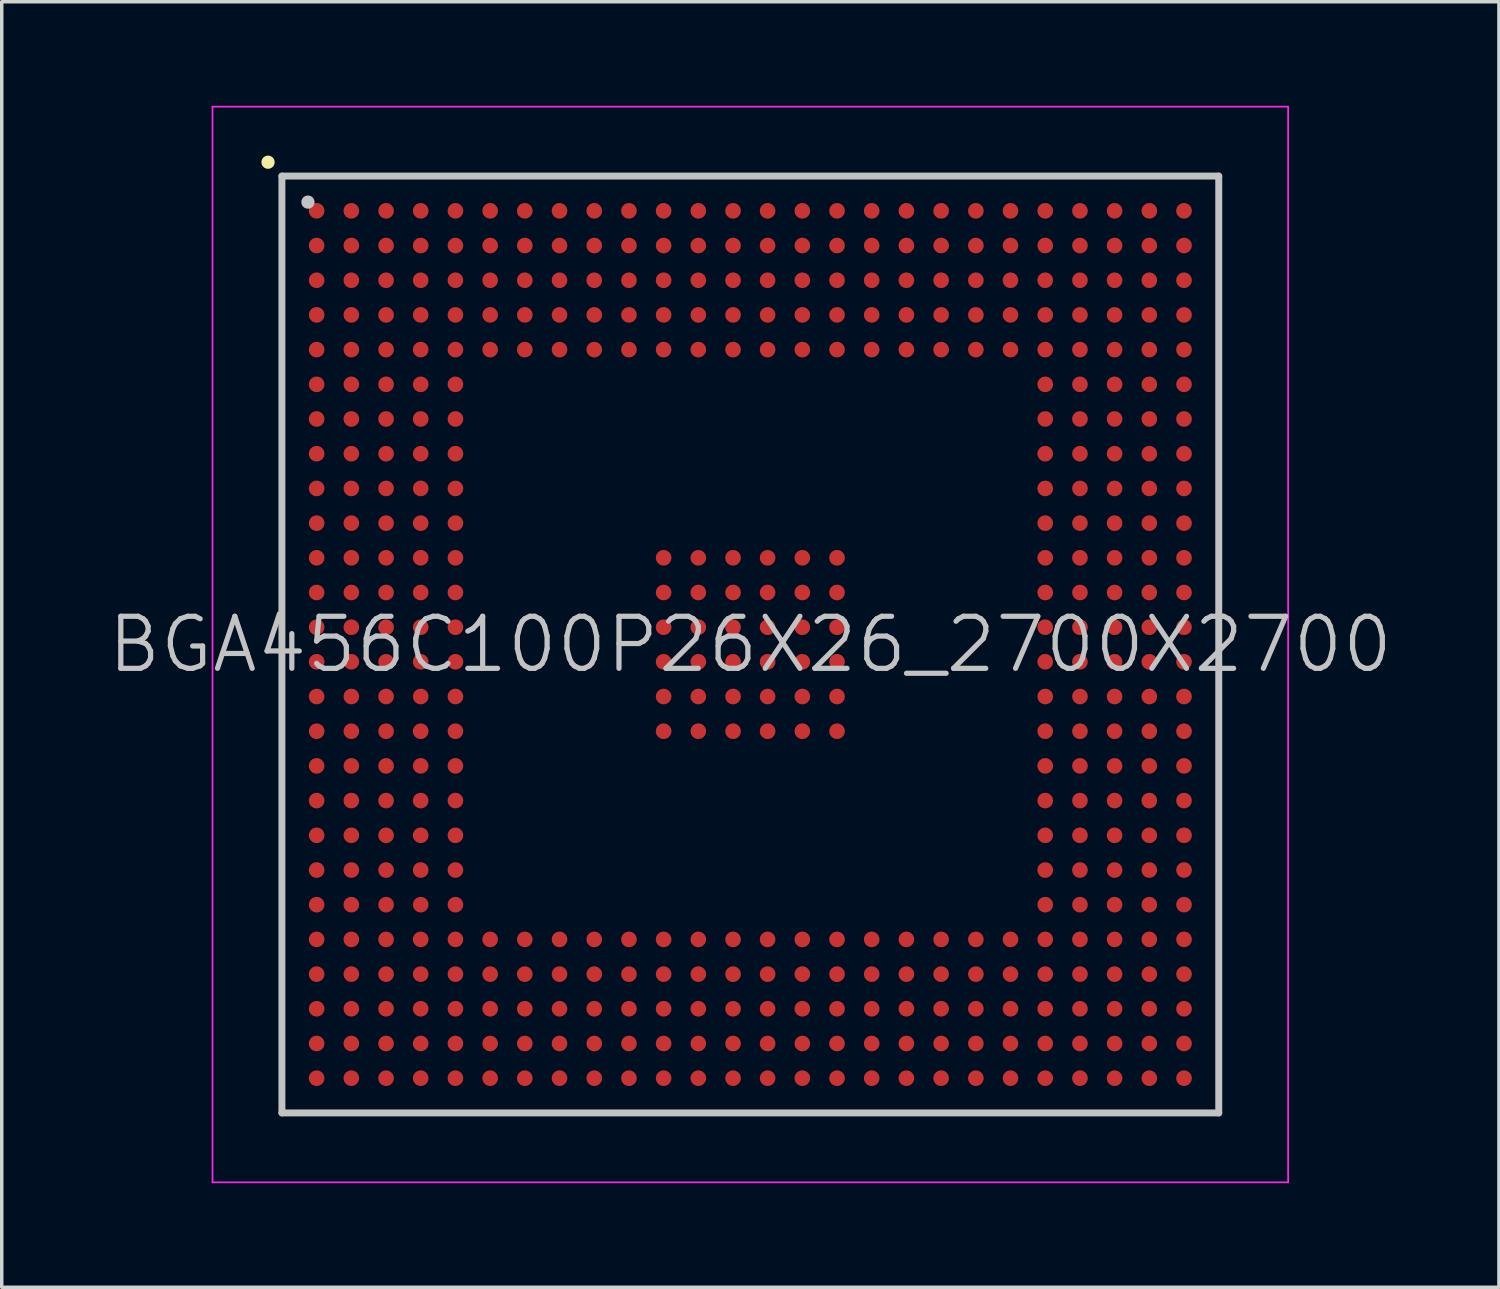
<source format=kicad_pcb>
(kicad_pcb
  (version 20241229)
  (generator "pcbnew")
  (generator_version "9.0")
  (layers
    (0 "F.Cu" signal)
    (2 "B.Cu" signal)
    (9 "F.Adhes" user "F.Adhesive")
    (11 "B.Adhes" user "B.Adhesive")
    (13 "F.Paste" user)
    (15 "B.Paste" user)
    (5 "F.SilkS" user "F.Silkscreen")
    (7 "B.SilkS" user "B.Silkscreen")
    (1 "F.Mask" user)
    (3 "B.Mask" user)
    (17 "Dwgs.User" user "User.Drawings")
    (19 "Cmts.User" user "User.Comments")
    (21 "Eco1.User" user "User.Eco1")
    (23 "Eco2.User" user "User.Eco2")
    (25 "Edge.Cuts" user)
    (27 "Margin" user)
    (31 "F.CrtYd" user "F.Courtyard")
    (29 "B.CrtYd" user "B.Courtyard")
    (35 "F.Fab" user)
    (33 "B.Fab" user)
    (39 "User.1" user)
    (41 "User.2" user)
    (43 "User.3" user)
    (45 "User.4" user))
  (footprint "BGA456C100P26X26_2700X2700"
    (layer "F.Cu")
    (at 18.575 15.525)
    (property "Reference" "BGA456C100P26X26_2700X2700" (at 0 0 0) (layer "Dwgs.User") (effects (font (size 1.5 1.5) (thickness 0.15))))
    (attr smd)
    (fp_line (start -13.9 -13.9) (end -13.9 -13.9) (stroke (width 0.381) (type solid)) (layer "F.SilkS"))
    (fp_line (start -13.5 -13.5) (end -13.5 13.5) (stroke (width 0.2) (type solid)) (layer "Dwgs.User"))
    (fp_line (start -13.5 -13.5) (end 13.5 -13.5) (stroke (width 0.2) (type solid)) (layer "Dwgs.User"))
    (fp_line (start -13.5 13.5) (end 13.5 13.5) (stroke (width 0.2) (type solid)) (layer "Dwgs.User"))
    (fp_line (start -12.75 -12.75) (end -12.75 -12.75) (stroke (width 0.381) (type solid)) (layer "Dwgs.User"))
    (fp_line (start 13.5 -13.5) (end 13.5 13.5) (stroke (width 0.2) (type solid)) (layer "Dwgs.User"))
    (fp_line (start -15.5 -15.5) (end -15.5 15.5) (stroke (width 0.05) (type solid)) (layer "F.CrtYd"))
    (fp_line (start -15.5 -15.5) (end 15.5 -15.5) (stroke (width 0.05) (type solid)) (layer "F.CrtYd"))
    (fp_line (start -15.5 15.5) (end 15.5 15.5) (stroke (width 0.05) (type solid)) (layer "F.CrtYd"))
    (fp_line (start 15.5 -15.5) (end 15.5 15.5) (stroke (width 0.05) (type solid)) (layer "F.CrtYd"))
    (pad "A1" smd circle (at -12.499 -12.499 270) (size 0.45 0.45) (layers "F.Cu" "F.Mask" "F.Paste"))
    (pad "A2" smd circle (at -11.499 -12.499 270) (size 0.45 0.45) (layers "F.Cu" "F.Mask" "F.Paste"))
    (pad "A3" smd circle (at -10.498 -12.499 270) (size 0.45 0.45) (layers "F.Cu" "F.Mask" "F.Paste"))
    (pad "A4" smd circle (at -9.5 -12.499 270) (size 0.45 0.45) (layers "F.Cu" "F.Mask" "F.Paste"))
    (pad "A5" smd circle (at -8.499 -12.499 270) (size 0.45 0.45) (layers "F.Cu" "F.Mask" "F.Paste"))
    (pad "A6" smd circle (at -7.498 -12.499 270) (size 0.45 0.45) (layers "F.Cu" "F.Mask" "F.Paste"))
    (pad "A7" smd circle (at -6.5 -12.499 270) (size 0.45 0.45) (layers "F.Cu" "F.Mask" "F.Paste"))
    (pad "A8" smd circle (at -5.499 -12.499 270) (size 0.45 0.45) (layers "F.Cu" "F.Mask" "F.Paste"))
    (pad "A9" smd circle (at -4.498 -12.499 270) (size 0.45 0.45) (layers "F.Cu" "F.Mask" "F.Paste"))
    (pad "A10" smd circle (at -3.498 -12.499 270) (size 0.45 0.45) (layers "F.Cu" "F.Mask" "F.Paste"))
    (pad "A11" smd circle (at -2.499 -12.499 270) (size 0.45 0.45) (layers "F.Cu" "F.Mask" "F.Paste"))
    (pad "A12" smd circle (at -1.499 -12.499 270) (size 0.45 0.45) (layers "F.Cu" "F.Mask" "F.Paste"))
    (pad "A13" smd circle (at -0.498 -12.499 270) (size 0.45 0.45) (layers "F.Cu" "F.Mask" "F.Paste"))
    (pad "A14" smd circle (at 0.498 -12.499 270) (size 0.45 0.45) (layers "F.Cu" "F.Mask" "F.Paste"))
    (pad "A15" smd circle (at 1.499 -12.499 270) (size 0.45 0.45) (layers "F.Cu" "F.Mask" "F.Paste"))
    (pad "A16" smd circle (at 2.499 -12.499 270) (size 0.45 0.45) (layers "F.Cu" "F.Mask" "F.Paste"))
    (pad "A17" smd circle (at 3.498 -12.499 270) (size 0.45 0.45) (layers "F.Cu" "F.Mask" "F.Paste"))
    (pad "A18" smd circle (at 4.498 -12.499 270) (size 0.45 0.45) (layers "F.Cu" "F.Mask" "F.Paste"))
    (pad "A19" smd circle (at 5.499 -12.499 270) (size 0.45 0.45) (layers "F.Cu" "F.Mask" "F.Paste"))
    (pad "A20" smd circle (at 6.5 -12.499 270) (size 0.45 0.45) (layers "F.Cu" "F.Mask" "F.Paste"))
    (pad "A21" smd circle (at 7.498 -12.499 270) (size 0.45 0.45) (layers "F.Cu" "F.Mask" "F.Paste"))
    (pad "A22" smd circle (at 8.499 -12.499 270) (size 0.45 0.45) (layers "F.Cu" "F.Mask" "F.Paste"))
    (pad "A23" smd circle (at 9.5 -12.499 270) (size 0.45 0.45) (layers "F.Cu" "F.Mask" "F.Paste"))
    (pad "A24" smd circle (at 10.498 -12.499 270) (size 0.45 0.45) (layers "F.Cu" "F.Mask" "F.Paste"))
    (pad "A25" smd circle (at 11.499 -12.499 270) (size 0.45 0.45) (layers "F.Cu" "F.Mask" "F.Paste"))
    (pad "A26" smd circle (at 12.499 -12.499 270) (size 0.45 0.45) (layers "F.Cu" "F.Mask" "F.Paste"))
    (pad "AA1" smd circle (at -12.499 7.498 270) (size 0.45 0.45) (layers "F.Cu" "F.Mask" "F.Paste"))
    (pad "AA2" smd circle (at -11.499 7.498 270) (size 0.45 0.45) (layers "F.Cu" "F.Mask" "F.Paste"))
    (pad "AA3" smd circle (at -10.498 7.498 270) (size 0.45 0.45) (layers "F.Cu" "F.Mask" "F.Paste"))
    (pad "AA4" smd circle (at -9.5 7.498 270) (size 0.45 0.45) (layers "F.Cu" "F.Mask" "F.Paste"))
    (pad "AA5" smd circle (at -8.499 7.498 270) (size 0.45 0.45) (layers "F.Cu" "F.Mask" "F.Paste"))
    (pad "AA22" smd circle (at 8.499 7.498 270) (size 0.45 0.45) (layers "F.Cu" "F.Mask" "F.Paste"))
    (pad "AA23" smd circle (at 9.5 7.498 270) (size 0.45 0.45) (layers "F.Cu" "F.Mask" "F.Paste"))
    (pad "AA24" smd circle (at 10.498 7.498 270) (size 0.45 0.45) (layers "F.Cu" "F.Mask" "F.Paste"))
    (pad "AA25" smd circle (at 11.499 7.498 270) (size 0.45 0.45) (layers "F.Cu" "F.Mask" "F.Paste"))
    (pad "AA26" smd circle (at 12.499 7.498 270) (size 0.45 0.45) (layers "F.Cu" "F.Mask" "F.Paste"))
    (pad "AB1" smd circle (at -12.499 8.499 270) (size 0.45 0.45) (layers "F.Cu" "F.Mask" "F.Paste"))
    (pad "AB2" smd circle (at -11.499 8.499 270) (size 0.45 0.45) (layers "F.Cu" "F.Mask" "F.Paste"))
    (pad "AB3" smd circle (at -10.498 8.499 270) (size 0.45 0.45) (layers "F.Cu" "F.Mask" "F.Paste"))
    (pad "AB4" smd circle (at -9.5 8.499 270) (size 0.45 0.45) (layers "F.Cu" "F.Mask" "F.Paste"))
    (pad "AB5" smd circle (at -8.499 8.499 270) (size 0.45 0.45) (layers "F.Cu" "F.Mask" "F.Paste"))
    (pad "AB6" smd circle (at -7.498 8.499 270) (size 0.45 0.45) (layers "F.Cu" "F.Mask" "F.Paste"))
    (pad "AB7" smd circle (at -6.5 8.499 270) (size 0.45 0.45) (layers "F.Cu" "F.Mask" "F.Paste"))
    (pad "AB8" smd circle (at -5.499 8.499 270) (size 0.45 0.45) (layers "F.Cu" "F.Mask" "F.Paste"))
    (pad "AB9" smd circle (at -4.498 8.499 270) (size 0.45 0.45) (layers "F.Cu" "F.Mask" "F.Paste"))
    (pad "AB10" smd circle (at -3.498 8.499 270) (size 0.45 0.45) (layers "F.Cu" "F.Mask" "F.Paste"))
    (pad "AB11" smd circle (at -2.499 8.499 270) (size 0.45 0.45) (layers "F.Cu" "F.Mask" "F.Paste"))
    (pad "AB12" smd circle (at -1.499 8.499 270) (size 0.45 0.45) (layers "F.Cu" "F.Mask" "F.Paste"))
    (pad "AB13" smd circle (at -0.498 8.499 270) (size 0.45 0.45) (layers "F.Cu" "F.Mask" "F.Paste"))
    (pad "AB14" smd circle (at 0.498 8.499 270) (size 0.45 0.45) (layers "F.Cu" "F.Mask" "F.Paste"))
    (pad "AB15" smd circle (at 1.499 8.499 270) (size 0.45 0.45) (layers "F.Cu" "F.Mask" "F.Paste"))
    (pad "AB16" smd circle (at 2.499 8.499 270) (size 0.45 0.45) (layers "F.Cu" "F.Mask" "F.Paste"))
    (pad "AB17" smd circle (at 3.498 8.499 270) (size 0.45 0.45) (layers "F.Cu" "F.Mask" "F.Paste"))
    (pad "AB18" smd circle (at 4.498 8.499 270) (size 0.45 0.45) (layers "F.Cu" "F.Mask" "F.Paste"))
    (pad "AB19" smd circle (at 5.499 8.499 270) (size 0.45 0.45) (layers "F.Cu" "F.Mask" "F.Paste"))
    (pad "AB20" smd circle (at 6.5 8.499 270) (size 0.45 0.45) (layers "F.Cu" "F.Mask" "F.Paste"))
    (pad "AB21" smd circle (at 7.498 8.499 270) (size 0.45 0.45) (layers "F.Cu" "F.Mask" "F.Paste"))
    (pad "AB22" smd circle (at 8.499 8.499 270) (size 0.45 0.45) (layers "F.Cu" "F.Mask" "F.Paste"))
    (pad "AB23" smd circle (at 9.5 8.499 270) (size 0.45 0.45) (layers "F.Cu" "F.Mask" "F.Paste"))
    (pad "AB24" smd circle (at 10.498 8.499 270) (size 0.45 0.45) (layers "F.Cu" "F.Mask" "F.Paste"))
    (pad "AB25" smd circle (at 11.499 8.499 270) (size 0.45 0.45) (layers "F.Cu" "F.Mask" "F.Paste"))
    (pad "AB26" smd circle (at 12.499 8.499 270) (size 0.45 0.45) (layers "F.Cu" "F.Mask" "F.Paste"))
    (pad "AC1" smd circle (at -12.499 9.5 270) (size 0.45 0.45) (layers "F.Cu" "F.Mask" "F.Paste"))
    (pad "AC2" smd circle (at -11.499 9.5 270) (size 0.45 0.45) (layers "F.Cu" "F.Mask" "F.Paste"))
    (pad "AC3" smd circle (at -10.498 9.5 270) (size 0.45 0.45) (layers "F.Cu" "F.Mask" "F.Paste"))
    (pad "AC4" smd circle (at -9.5 9.5 270) (size 0.45 0.45) (layers "F.Cu" "F.Mask" "F.Paste"))
    (pad "AC5" smd circle (at -8.499 9.5 270) (size 0.45 0.45) (layers "F.Cu" "F.Mask" "F.Paste"))
    (pad "AC6" smd circle (at -7.498 9.5 270) (size 0.45 0.45) (layers "F.Cu" "F.Mask" "F.Paste"))
    (pad "AC7" smd circle (at -6.5 9.5 270) (size 0.45 0.45) (layers "F.Cu" "F.Mask" "F.Paste"))
    (pad "AC8" smd circle (at -5.499 9.5 270) (size 0.45 0.45) (layers "F.Cu" "F.Mask" "F.Paste"))
    (pad "AC9" smd circle (at -4.498 9.5 270) (size 0.45 0.45) (layers "F.Cu" "F.Mask" "F.Paste"))
    (pad "AC10" smd circle (at -3.498 9.5 270) (size 0.45 0.45) (layers "F.Cu" "F.Mask" "F.Paste"))
    (pad "AC11" smd circle (at -2.499 9.5 270) (size 0.45 0.45) (layers "F.Cu" "F.Mask" "F.Paste"))
    (pad "AC12" smd circle (at -1.499 9.5 270) (size 0.45 0.45) (layers "F.Cu" "F.Mask" "F.Paste"))
    (pad "AC13" smd circle (at -0.498 9.5 270) (size 0.45 0.45) (layers "F.Cu" "F.Mask" "F.Paste"))
    (pad "AC14" smd circle (at 0.498 9.5 270) (size 0.45 0.45) (layers "F.Cu" "F.Mask" "F.Paste"))
    (pad "AC15" smd circle (at 1.499 9.5 270) (size 0.45 0.45) (layers "F.Cu" "F.Mask" "F.Paste"))
    (pad "AC16" smd circle (at 2.499 9.5 270) (size 0.45 0.45) (layers "F.Cu" "F.Mask" "F.Paste"))
    (pad "AC17" smd circle (at 3.498 9.5 270) (size 0.45 0.45) (layers "F.Cu" "F.Mask" "F.Paste"))
    (pad "AC18" smd circle (at 4.498 9.5 270) (size 0.45 0.45) (layers "F.Cu" "F.Mask" "F.Paste"))
    (pad "AC19" smd circle (at 5.499 9.5 270) (size 0.45 0.45) (layers "F.Cu" "F.Mask" "F.Paste"))
    (pad "AC20" smd circle (at 6.5 9.5 270) (size 0.45 0.45) (layers "F.Cu" "F.Mask" "F.Paste"))
    (pad "AC21" smd circle (at 7.498 9.5 270) (size 0.45 0.45) (layers "F.Cu" "F.Mask" "F.Paste"))
    (pad "AC22" smd circle (at 8.499 9.5 270) (size 0.45 0.45) (layers "F.Cu" "F.Mask" "F.Paste"))
    (pad "AC23" smd circle (at 9.5 9.5 270) (size 0.45 0.45) (layers "F.Cu" "F.Mask" "F.Paste"))
    (pad "AC24" smd circle (at 10.498 9.5 270) (size 0.45 0.45) (layers "F.Cu" "F.Mask" "F.Paste"))
    (pad "AC25" smd circle (at 11.499 9.5 270) (size 0.45 0.45) (layers "F.Cu" "F.Mask" "F.Paste"))
    (pad "AC26" smd circle (at 12.499 9.5 270) (size 0.45 0.45) (layers "F.Cu" "F.Mask" "F.Paste"))
    (pad "AD1" smd circle (at -12.499 10.498 270) (size 0.45 0.45) (layers "F.Cu" "F.Mask" "F.Paste"))
    (pad "AD2" smd circle (at -11.499 10.498 270) (size 0.45 0.45) (layers "F.Cu" "F.Mask" "F.Paste"))
    (pad "AD3" smd circle (at -10.498 10.498 270) (size 0.45 0.45) (layers "F.Cu" "F.Mask" "F.Paste"))
    (pad "AD4" smd circle (at -9.5 10.498 270) (size 0.45 0.45) (layers "F.Cu" "F.Mask" "F.Paste"))
    (pad "AD5" smd circle (at -8.499 10.498 270) (size 0.45 0.45) (layers "F.Cu" "F.Mask" "F.Paste"))
    (pad "AD6" smd circle (at -7.498 10.498 270) (size 0.45 0.45) (layers "F.Cu" "F.Mask" "F.Paste"))
    (pad "AD7" smd circle (at -6.5 10.498 270) (size 0.45 0.45) (layers "F.Cu" "F.Mask" "F.Paste"))
    (pad "AD8" smd circle (at -5.499 10.498 270) (size 0.45 0.45) (layers "F.Cu" "F.Mask" "F.Paste"))
    (pad "AD9" smd circle (at -4.498 10.498 270) (size 0.45 0.45) (layers "F.Cu" "F.Mask" "F.Paste"))
    (pad "AD10" smd circle (at -3.498 10.498 270) (size 0.45 0.45) (layers "F.Cu" "F.Mask" "F.Paste"))
    (pad "AD11" smd circle (at -2.499 10.498 270) (size 0.45 0.45) (layers "F.Cu" "F.Mask" "F.Paste"))
    (pad "AD12" smd circle (at -1.499 10.498 270) (size 0.45 0.45) (layers "F.Cu" "F.Mask" "F.Paste"))
    (pad "AD13" smd circle (at -0.498 10.498 270) (size 0.45 0.45) (layers "F.Cu" "F.Mask" "F.Paste"))
    (pad "AD14" smd circle (at 0.498 10.498 270) (size 0.45 0.45) (layers "F.Cu" "F.Mask" "F.Paste"))
    (pad "AD15" smd circle (at 1.499 10.498 270) (size 0.45 0.45) (layers "F.Cu" "F.Mask" "F.Paste"))
    (pad "AD16" smd circle (at 2.499 10.498 270) (size 0.45 0.45) (layers "F.Cu" "F.Mask" "F.Paste"))
    (pad "AD17" smd circle (at 3.498 10.498 270) (size 0.45 0.45) (layers "F.Cu" "F.Mask" "F.Paste"))
    (pad "AD18" smd circle (at 4.498 10.498 270) (size 0.45 0.45) (layers "F.Cu" "F.Mask" "F.Paste"))
    (pad "AD19" smd circle (at 5.499 10.498 270) (size 0.45 0.45) (layers "F.Cu" "F.Mask" "F.Paste"))
    (pad "AD20" smd circle (at 6.5 10.498 270) (size 0.45 0.45) (layers "F.Cu" "F.Mask" "F.Paste"))
    (pad "AD21" smd circle (at 7.498 10.498 270) (size 0.45 0.45) (layers "F.Cu" "F.Mask" "F.Paste"))
    (pad "AD22" smd circle (at 8.499 10.498 270) (size 0.45 0.45) (layers "F.Cu" "F.Mask" "F.Paste"))
    (pad "AD23" smd circle (at 9.5 10.498 270) (size 0.45 0.45) (layers "F.Cu" "F.Mask" "F.Paste"))
    (pad "AD24" smd circle (at 10.498 10.498 270) (size 0.45 0.45) (layers "F.Cu" "F.Mask" "F.Paste"))
    (pad "AD25" smd circle (at 11.499 10.498 270) (size 0.45 0.45) (layers "F.Cu" "F.Mask" "F.Paste"))
    (pad "AD26" smd circle (at 12.499 10.498 270) (size 0.45 0.45) (layers "F.Cu" "F.Mask" "F.Paste"))
    (pad "AE1" smd circle (at -12.499 11.499 270) (size 0.45 0.45) (layers "F.Cu" "F.Mask" "F.Paste"))
    (pad "AE2" smd circle (at -11.499 11.499 270) (size 0.45 0.45) (layers "F.Cu" "F.Mask" "F.Paste"))
    (pad "AE3" smd circle (at -10.498 11.499 270) (size 0.45 0.45) (layers "F.Cu" "F.Mask" "F.Paste"))
    (pad "AE4" smd circle (at -9.5 11.499 270) (size 0.45 0.45) (layers "F.Cu" "F.Mask" "F.Paste"))
    (pad "AE5" smd circle (at -8.499 11.499 270) (size 0.45 0.45) (layers "F.Cu" "F.Mask" "F.Paste"))
    (pad "AE6" smd circle (at -7.498 11.499 270) (size 0.45 0.45) (layers "F.Cu" "F.Mask" "F.Paste"))
    (pad "AE7" smd circle (at -6.5 11.499 270) (size 0.45 0.45) (layers "F.Cu" "F.Mask" "F.Paste"))
    (pad "AE8" smd circle (at -5.499 11.499 270) (size 0.45 0.45) (layers "F.Cu" "F.Mask" "F.Paste"))
    (pad "AE9" smd circle (at -4.498 11.499 270) (size 0.45 0.45) (layers "F.Cu" "F.Mask" "F.Paste"))
    (pad "AE10" smd circle (at -3.498 11.499 270) (size 0.45 0.45) (layers "F.Cu" "F.Mask" "F.Paste"))
    (pad "AE11" smd circle (at -2.499 11.499 270) (size 0.45 0.45) (layers "F.Cu" "F.Mask" "F.Paste"))
    (pad "AE12" smd circle (at -1.499 11.499 270) (size 0.45 0.45) (layers "F.Cu" "F.Mask" "F.Paste"))
    (pad "AE13" smd circle (at -0.498 11.499 270) (size 0.45 0.45) (layers "F.Cu" "F.Mask" "F.Paste"))
    (pad "AE14" smd circle (at 0.498 11.499 270) (size 0.45 0.45) (layers "F.Cu" "F.Mask" "F.Paste"))
    (pad "AE15" smd circle (at 1.499 11.499 270) (size 0.45 0.45) (layers "F.Cu" "F.Mask" "F.Paste"))
    (pad "AE16" smd circle (at 2.499 11.499 270) (size 0.45 0.45) (layers "F.Cu" "F.Mask" "F.Paste"))
    (pad "AE17" smd circle (at 3.498 11.499 270) (size 0.45 0.45) (layers "F.Cu" "F.Mask" "F.Paste"))
    (pad "AE18" smd circle (at 4.498 11.499 270) (size 0.45 0.45) (layers "F.Cu" "F.Mask" "F.Paste"))
    (pad "AE19" smd circle (at 5.499 11.499 270) (size 0.45 0.45) (layers "F.Cu" "F.Mask" "F.Paste"))
    (pad "AE20" smd circle (at 6.5 11.499 270) (size 0.45 0.45) (layers "F.Cu" "F.Mask" "F.Paste"))
    (pad "AE21" smd circle (at 7.498 11.499 270) (size 0.45 0.45) (layers "F.Cu" "F.Mask" "F.Paste"))
    (pad "AE22" smd circle (at 8.499 11.499 270) (size 0.45 0.45) (layers "F.Cu" "F.Mask" "F.Paste"))
    (pad "AE23" smd circle (at 9.5 11.499 270) (size 0.45 0.45) (layers "F.Cu" "F.Mask" "F.Paste"))
    (pad "AE24" smd circle (at 10.498 11.499 270) (size 0.45 0.45) (layers "F.Cu" "F.Mask" "F.Paste"))
    (pad "AE25" smd circle (at 11.499 11.499 270) (size 0.45 0.45) (layers "F.Cu" "F.Mask" "F.Paste"))
    (pad "AE26" smd circle (at 12.499 11.499 270) (size 0.45 0.45) (layers "F.Cu" "F.Mask" "F.Paste"))
    (pad "AF1" smd circle (at -12.499 12.499 270) (size 0.45 0.45) (layers "F.Cu" "F.Mask" "F.Paste"))
    (pad "AF2" smd circle (at -11.499 12.499 270) (size 0.45 0.45) (layers "F.Cu" "F.Mask" "F.Paste"))
    (pad "AF3" smd circle (at -10.498 12.499 270) (size 0.45 0.45) (layers "F.Cu" "F.Mask" "F.Paste"))
    (pad "AF4" smd circle (at -9.5 12.499 270) (size 0.45 0.45) (layers "F.Cu" "F.Mask" "F.Paste"))
    (pad "AF5" smd circle (at -8.499 12.499 270) (size 0.45 0.45) (layers "F.Cu" "F.Mask" "F.Paste"))
    (pad "AF6" smd circle (at -7.498 12.499 270) (size 0.45 0.45) (layers "F.Cu" "F.Mask" "F.Paste"))
    (pad "AF7" smd circle (at -6.5 12.499 270) (size 0.45 0.45) (layers "F.Cu" "F.Mask" "F.Paste"))
    (pad "AF8" smd circle (at -5.499 12.499 270) (size 0.45 0.45) (layers "F.Cu" "F.Mask" "F.Paste"))
    (pad "AF9" smd circle (at -4.498 12.499 270) (size 0.45 0.45) (layers "F.Cu" "F.Mask" "F.Paste"))
    (pad "AF10" smd circle (at -3.498 12.499 270) (size 0.45 0.45) (layers "F.Cu" "F.Mask" "F.Paste"))
    (pad "AF11" smd circle (at -2.499 12.499 270) (size 0.45 0.45) (layers "F.Cu" "F.Mask" "F.Paste"))
    (pad "AF12" smd circle (at -1.499 12.499 270) (size 0.45 0.45) (layers "F.Cu" "F.Mask" "F.Paste"))
    (pad "AF13" smd circle (at -0.498 12.499 270) (size 0.45 0.45) (layers "F.Cu" "F.Mask" "F.Paste"))
    (pad "AF14" smd circle (at 0.498 12.499 270) (size 0.45 0.45) (layers "F.Cu" "F.Mask" "F.Paste"))
    (pad "AF15" smd circle (at 1.499 12.499 270) (size 0.45 0.45) (layers "F.Cu" "F.Mask" "F.Paste"))
    (pad "AF16" smd circle (at 2.499 12.499 270) (size 0.45 0.45) (layers "F.Cu" "F.Mask" "F.Paste"))
    (pad "AF17" smd circle (at 3.498 12.499 270) (size 0.45 0.45) (layers "F.Cu" "F.Mask" "F.Paste"))
    (pad "AF18" smd circle (at 4.498 12.499 270) (size 0.45 0.45) (layers "F.Cu" "F.Mask" "F.Paste"))
    (pad "AF19" smd circle (at 5.499 12.499 270) (size 0.45 0.45) (layers "F.Cu" "F.Mask" "F.Paste"))
    (pad "AF20" smd circle (at 6.5 12.499 270) (size 0.45 0.45) (layers "F.Cu" "F.Mask" "F.Paste"))
    (pad "AF21" smd circle (at 7.498 12.499 270) (size 0.45 0.45) (layers "F.Cu" "F.Mask" "F.Paste"))
    (pad "AF22" smd circle (at 8.499 12.499 270) (size 0.45 0.45) (layers "F.Cu" "F.Mask" "F.Paste"))
    (pad "AF23" smd circle (at 9.5 12.499 270) (size 0.45 0.45) (layers "F.Cu" "F.Mask" "F.Paste"))
    (pad "AF24" smd circle (at 10.498 12.499 270) (size 0.45 0.45) (layers "F.Cu" "F.Mask" "F.Paste"))
    (pad "AF25" smd circle (at 11.499 12.499 270) (size 0.45 0.45) (layers "F.Cu" "F.Mask" "F.Paste"))
    (pad "AF26" smd circle (at 12.499 12.499 270) (size 0.45 0.45) (layers "F.Cu" "F.Mask" "F.Paste"))
    (pad "B1" smd circle (at -12.499 -11.499 270) (size 0.45 0.45) (layers "F.Cu" "F.Mask" "F.Paste"))
    (pad "B2" smd circle (at -11.499 -11.499 270) (size 0.45 0.45) (layers "F.Cu" "F.Mask" "F.Paste"))
    (pad "B3" smd circle (at -10.498 -11.499 270) (size 0.45 0.45) (layers "F.Cu" "F.Mask" "F.Paste"))
    (pad "B4" smd circle (at -9.5 -11.499 270) (size 0.45 0.45) (layers "F.Cu" "F.Mask" "F.Paste"))
    (pad "B5" smd circle (at -8.499 -11.499 270) (size 0.45 0.45) (layers "F.Cu" "F.Mask" "F.Paste"))
    (pad "B6" smd circle (at -7.498 -11.499 270) (size 0.45 0.45) (layers "F.Cu" "F.Mask" "F.Paste"))
    (pad "B7" smd circle (at -6.5 -11.499 270) (size 0.45 0.45) (layers "F.Cu" "F.Mask" "F.Paste"))
    (pad "B8" smd circle (at -5.499 -11.499 270) (size 0.45 0.45) (layers "F.Cu" "F.Mask" "F.Paste"))
    (pad "B9" smd circle (at -4.498 -11.499 270) (size 0.45 0.45) (layers "F.Cu" "F.Mask" "F.Paste"))
    (pad "B10" smd circle (at -3.498 -11.499 270) (size 0.45 0.45) (layers "F.Cu" "F.Mask" "F.Paste"))
    (pad "B11" smd circle (at -2.499 -11.499 270) (size 0.45 0.45) (layers "F.Cu" "F.Mask" "F.Paste"))
    (pad "B12" smd circle (at -1.499 -11.499 270) (size 0.45 0.45) (layers "F.Cu" "F.Mask" "F.Paste"))
    (pad "B13" smd circle (at -0.498 -11.499 270) (size 0.45 0.45) (layers "F.Cu" "F.Mask" "F.Paste"))
    (pad "B14" smd circle (at 0.498 -11.499 270) (size 0.45 0.45) (layers "F.Cu" "F.Mask" "F.Paste"))
    (pad "B15" smd circle (at 1.499 -11.499 270) (size 0.45 0.45) (layers "F.Cu" "F.Mask" "F.Paste"))
    (pad "B16" smd circle (at 2.499 -11.499 270) (size 0.45 0.45) (layers "F.Cu" "F.Mask" "F.Paste"))
    (pad "B17" smd circle (at 3.498 -11.499 270) (size 0.45 0.45) (layers "F.Cu" "F.Mask" "F.Paste"))
    (pad "B18" smd circle (at 4.498 -11.499 270) (size 0.45 0.45) (layers "F.Cu" "F.Mask" "F.Paste"))
    (pad "B19" smd circle (at 5.499 -11.499 270) (size 0.45 0.45) (layers "F.Cu" "F.Mask" "F.Paste"))
    (pad "B20" smd circle (at 6.5 -11.499 270) (size 0.45 0.45) (layers "F.Cu" "F.Mask" "F.Paste"))
    (pad "B21" smd circle (at 7.498 -11.499 270) (size 0.45 0.45) (layers "F.Cu" "F.Mask" "F.Paste"))
    (pad "B22" smd circle (at 8.499 -11.499 270) (size 0.45 0.45) (layers "F.Cu" "F.Mask" "F.Paste"))
    (pad "B23" smd circle (at 9.5 -11.499 270) (size 0.45 0.45) (layers "F.Cu" "F.Mask" "F.Paste"))
    (pad "B24" smd circle (at 10.498 -11.499 270) (size 0.45 0.45) (layers "F.Cu" "F.Mask" "F.Paste"))
    (pad "B25" smd circle (at 11.499 -11.499 270) (size 0.45 0.45) (layers "F.Cu" "F.Mask" "F.Paste"))
    (pad "B26" smd circle (at 12.499 -11.499 270) (size 0.45 0.45) (layers "F.Cu" "F.Mask" "F.Paste"))
    (pad "C1" smd circle (at -12.499 -10.498 270) (size 0.45 0.45) (layers "F.Cu" "F.Mask" "F.Paste"))
    (pad "C2" smd circle (at -11.499 -10.498 270) (size 0.45 0.45) (layers "F.Cu" "F.Mask" "F.Paste"))
    (pad "C3" smd circle (at -10.498 -10.498 270) (size 0.45 0.45) (layers "F.Cu" "F.Mask" "F.Paste"))
    (pad "C4" smd circle (at -9.5 -10.498 270) (size 0.45 0.45) (layers "F.Cu" "F.Mask" "F.Paste"))
    (pad "C5" smd circle (at -8.499 -10.498 270) (size 0.45 0.45) (layers "F.Cu" "F.Mask" "F.Paste"))
    (pad "C6" smd circle (at -7.498 -10.498 270) (size 0.45 0.45) (layers "F.Cu" "F.Mask" "F.Paste"))
    (pad "C7" smd circle (at -6.5 -10.498 270) (size 0.45 0.45) (layers "F.Cu" "F.Mask" "F.Paste"))
    (pad "C8" smd circle (at -5.499 -10.498 270) (size 0.45 0.45) (layers "F.Cu" "F.Mask" "F.Paste"))
    (pad "C9" smd circle (at -4.498 -10.498 270) (size 0.45 0.45) (layers "F.Cu" "F.Mask" "F.Paste"))
    (pad "C10" smd circle (at -3.498 -10.498 270) (size 0.45 0.45) (layers "F.Cu" "F.Mask" "F.Paste"))
    (pad "C11" smd circle (at -2.499 -10.498 270) (size 0.45 0.45) (layers "F.Cu" "F.Mask" "F.Paste"))
    (pad "C12" smd circle (at -1.499 -10.498 270) (size 0.45 0.45) (layers "F.Cu" "F.Mask" "F.Paste"))
    (pad "C13" smd circle (at -0.498 -10.498 270) (size 0.45 0.45) (layers "F.Cu" "F.Mask" "F.Paste"))
    (pad "C14" smd circle (at 0.498 -10.498 270) (size 0.45 0.45) (layers "F.Cu" "F.Mask" "F.Paste"))
    (pad "C15" smd circle (at 1.499 -10.498 270) (size 0.45 0.45) (layers "F.Cu" "F.Mask" "F.Paste"))
    (pad "C16" smd circle (at 2.499 -10.498 270) (size 0.45 0.45) (layers "F.Cu" "F.Mask" "F.Paste"))
    (pad "C17" smd circle (at 3.498 -10.498 270) (size 0.45 0.45) (layers "F.Cu" "F.Mask" "F.Paste"))
    (pad "C18" smd circle (at 4.498 -10.498 270) (size 0.45 0.45) (layers "F.Cu" "F.Mask" "F.Paste"))
    (pad "C19" smd circle (at 5.499 -10.498 270) (size 0.45 0.45) (layers "F.Cu" "F.Mask" "F.Paste"))
    (pad "C20" smd circle (at 6.5 -10.498 270) (size 0.45 0.45) (layers "F.Cu" "F.Mask" "F.Paste"))
    (pad "C21" smd circle (at 7.498 -10.498 270) (size 0.45 0.45) (layers "F.Cu" "F.Mask" "F.Paste"))
    (pad "C22" smd circle (at 8.499 -10.498 270) (size 0.45 0.45) (layers "F.Cu" "F.Mask" "F.Paste"))
    (pad "C23" smd circle (at 9.5 -10.498 270) (size 0.45 0.45) (layers "F.Cu" "F.Mask" "F.Paste"))
    (pad "C24" smd circle (at 10.498 -10.498 270) (size 0.45 0.45) (layers "F.Cu" "F.Mask" "F.Paste"))
    (pad "C25" smd circle (at 11.499 -10.498 270) (size 0.45 0.45) (layers "F.Cu" "F.Mask" "F.Paste"))
    (pad "C26" smd circle (at 12.499 -10.498 270) (size 0.45 0.45) (layers "F.Cu" "F.Mask" "F.Paste"))
    (pad "D1" smd circle (at -12.499 -9.5 270) (size 0.45 0.45) (layers "F.Cu" "F.Mask" "F.Paste"))
    (pad "D2" smd circle (at -11.499 -9.5 270) (size 0.45 0.45) (layers "F.Cu" "F.Mask" "F.Paste"))
    (pad "D3" smd circle (at -10.498 -9.5 270) (size 0.45 0.45) (layers "F.Cu" "F.Mask" "F.Paste"))
    (pad "D4" smd circle (at -9.5 -9.5 270) (size 0.45 0.45) (layers "F.Cu" "F.Mask" "F.Paste"))
    (pad "D5" smd circle (at -8.499 -9.5 270) (size 0.45 0.45) (layers "F.Cu" "F.Mask" "F.Paste"))
    (pad "D6" smd circle (at -7.498 -9.5 270) (size 0.45 0.45) (layers "F.Cu" "F.Mask" "F.Paste"))
    (pad "D7" smd circle (at -6.5 -9.5 270) (size 0.45 0.45) (layers "F.Cu" "F.Mask" "F.Paste"))
    (pad "D8" smd circle (at -5.499 -9.5 270) (size 0.45 0.45) (layers "F.Cu" "F.Mask" "F.Paste"))
    (pad "D9" smd circle (at -4.498 -9.5 270) (size 0.45 0.45) (layers "F.Cu" "F.Mask" "F.Paste"))
    (pad "D10" smd circle (at -3.498 -9.5 270) (size 0.45 0.45) (layers "F.Cu" "F.Mask" "F.Paste"))
    (pad "D11" smd circle (at -2.499 -9.5 270) (size 0.45 0.45) (layers "F.Cu" "F.Mask" "F.Paste"))
    (pad "D12" smd circle (at -1.499 -9.5 270) (size 0.45 0.45) (layers "F.Cu" "F.Mask" "F.Paste"))
    (pad "D13" smd circle (at -0.498 -9.5 270) (size 0.45 0.45) (layers "F.Cu" "F.Mask" "F.Paste"))
    (pad "D14" smd circle (at 0.498 -9.5 270) (size 0.45 0.45) (layers "F.Cu" "F.Mask" "F.Paste"))
    (pad "D15" smd circle (at 1.499 -9.5 270) (size 0.45 0.45) (layers "F.Cu" "F.Mask" "F.Paste"))
    (pad "D16" smd circle (at 2.499 -9.5 270) (size 0.45 0.45) (layers "F.Cu" "F.Mask" "F.Paste"))
    (pad "D17" smd circle (at 3.498 -9.5 270) (size 0.45 0.45) (layers "F.Cu" "F.Mask" "F.Paste"))
    (pad "D18" smd circle (at 4.498 -9.5 270) (size 0.45 0.45) (layers "F.Cu" "F.Mask" "F.Paste"))
    (pad "D19" smd circle (at 5.499 -9.5 270) (size 0.45 0.45) (layers "F.Cu" "F.Mask" "F.Paste"))
    (pad "D20" smd circle (at 6.5 -9.5 270) (size 0.45 0.45) (layers "F.Cu" "F.Mask" "F.Paste"))
    (pad "D21" smd circle (at 7.498 -9.5 270) (size 0.45 0.45) (layers "F.Cu" "F.Mask" "F.Paste"))
    (pad "D22" smd circle (at 8.499 -9.5 270) (size 0.45 0.45) (layers "F.Cu" "F.Mask" "F.Paste"))
    (pad "D23" smd circle (at 9.5 -9.5 270) (size 0.45 0.45) (layers "F.Cu" "F.Mask" "F.Paste"))
    (pad "D24" smd circle (at 10.498 -9.5 270) (size 0.45 0.45) (layers "F.Cu" "F.Mask" "F.Paste"))
    (pad "D25" smd circle (at 11.499 -9.5 270) (size 0.45 0.45) (layers "F.Cu" "F.Mask" "F.Paste"))
    (pad "D26" smd circle (at 12.499 -9.5 270) (size 0.45 0.45) (layers "F.Cu" "F.Mask" "F.Paste"))
    (pad "E1" smd circle (at -12.499 -8.499 270) (size 0.45 0.45) (layers "F.Cu" "F.Mask" "F.Paste"))
    (pad "E2" smd circle (at -11.499 -8.499 270) (size 0.45 0.45) (layers "F.Cu" "F.Mask" "F.Paste"))
    (pad "E3" smd circle (at -10.498 -8.499 270) (size 0.45 0.45) (layers "F.Cu" "F.Mask" "F.Paste"))
    (pad "E4" smd circle (at -9.5 -8.499 270) (size 0.45 0.45) (layers "F.Cu" "F.Mask" "F.Paste"))
    (pad "E5" smd circle (at -8.499 -8.499 270) (size 0.45 0.45) (layers "F.Cu" "F.Mask" "F.Paste"))
    (pad "E6" smd circle (at -7.498 -8.499 270) (size 0.45 0.45) (layers "F.Cu" "F.Mask" "F.Paste"))
    (pad "E7" smd circle (at -6.5 -8.499 270) (size 0.45 0.45) (layers "F.Cu" "F.Mask" "F.Paste"))
    (pad "E8" smd circle (at -5.499 -8.499 270) (size 0.45 0.45) (layers "F.Cu" "F.Mask" "F.Paste"))
    (pad "E9" smd circle (at -4.498 -8.499 270) (size 0.45 0.45) (layers "F.Cu" "F.Mask" "F.Paste"))
    (pad "E10" smd circle (at -3.498 -8.499 270) (size 0.45 0.45) (layers "F.Cu" "F.Mask" "F.Paste"))
    (pad "E11" smd circle (at -2.499 -8.499 270) (size 0.45 0.45) (layers "F.Cu" "F.Mask" "F.Paste"))
    (pad "E12" smd circle (at -1.499 -8.499 270) (size 0.45 0.45) (layers "F.Cu" "F.Mask" "F.Paste"))
    (pad "E13" smd circle (at -0.498 -8.499 270) (size 0.45 0.45) (layers "F.Cu" "F.Mask" "F.Paste"))
    (pad "E14" smd circle (at 0.498 -8.499 270) (size 0.45 0.45) (layers "F.Cu" "F.Mask" "F.Paste"))
    (pad "E15" smd circle (at 1.499 -8.499 270) (size 0.45 0.45) (layers "F.Cu" "F.Mask" "F.Paste"))
    (pad "E16" smd circle (at 2.499 -8.499 270) (size 0.45 0.45) (layers "F.Cu" "F.Mask" "F.Paste"))
    (pad "E17" smd circle (at 3.498 -8.499 270) (size 0.45 0.45) (layers "F.Cu" "F.Mask" "F.Paste"))
    (pad "E18" smd circle (at 4.498 -8.499 270) (size 0.45 0.45) (layers "F.Cu" "F.Mask" "F.Paste"))
    (pad "E19" smd circle (at 5.499 -8.499 270) (size 0.45 0.45) (layers "F.Cu" "F.Mask" "F.Paste"))
    (pad "E20" smd circle (at 6.5 -8.499 270) (size 0.45 0.45) (layers "F.Cu" "F.Mask" "F.Paste"))
    (pad "E21" smd circle (at 7.498 -8.499 270) (size 0.45 0.45) (layers "F.Cu" "F.Mask" "F.Paste"))
    (pad "E22" smd circle (at 8.499 -8.499 270) (size 0.45 0.45) (layers "F.Cu" "F.Mask" "F.Paste"))
    (pad "E23" smd circle (at 9.5 -8.499 270) (size 0.45 0.45) (layers "F.Cu" "F.Mask" "F.Paste"))
    (pad "E24" smd circle (at 10.498 -8.499 270) (size 0.45 0.45) (layers "F.Cu" "F.Mask" "F.Paste"))
    (pad "E25" smd circle (at 11.499 -8.499 270) (size 0.45 0.45) (layers "F.Cu" "F.Mask" "F.Paste"))
    (pad "E26" smd circle (at 12.499 -8.499 270) (size 0.45 0.45) (layers "F.Cu" "F.Mask" "F.Paste"))
    (pad "F1" smd circle (at -12.499 -7.498 270) (size 0.45 0.45) (layers "F.Cu" "F.Mask" "F.Paste"))
    (pad "F2" smd circle (at -11.499 -7.498 270) (size 0.45 0.45) (layers "F.Cu" "F.Mask" "F.Paste"))
    (pad "F3" smd circle (at -10.498 -7.498 270) (size 0.45 0.45) (layers "F.Cu" "F.Mask" "F.Paste"))
    (pad "F4" smd circle (at -9.5 -7.498 270) (size 0.45 0.45) (layers "F.Cu" "F.Mask" "F.Paste"))
    (pad "F5" smd circle (at -8.499 -7.498 270) (size 0.45 0.45) (layers "F.Cu" "F.Mask" "F.Paste"))
    (pad "F22" smd circle (at 8.499 -7.498 270) (size 0.45 0.45) (layers "F.Cu" "F.Mask" "F.Paste"))
    (pad "F23" smd circle (at 9.5 -7.498 270) (size 0.45 0.45) (layers "F.Cu" "F.Mask" "F.Paste"))
    (pad "F24" smd circle (at 10.498 -7.498 270) (size 0.45 0.45) (layers "F.Cu" "F.Mask" "F.Paste"))
    (pad "F25" smd circle (at 11.499 -7.498 270) (size 0.45 0.45) (layers "F.Cu" "F.Mask" "F.Paste"))
    (pad "F26" smd circle (at 12.499 -7.498 270) (size 0.45 0.45) (layers "F.Cu" "F.Mask" "F.Paste"))
    (pad "G1" smd circle (at -12.499 -6.5 270) (size 0.45 0.45) (layers "F.Cu" "F.Mask" "F.Paste"))
    (pad "G2" smd circle (at -11.499 -6.5 270) (size 0.45 0.45) (layers "F.Cu" "F.Mask" "F.Paste"))
    (pad "G3" smd circle (at -10.498 -6.5 270) (size 0.45 0.45) (layers "F.Cu" "F.Mask" "F.Paste"))
    (pad "G4" smd circle (at -9.5 -6.5 270) (size 0.45 0.45) (layers "F.Cu" "F.Mask" "F.Paste"))
    (pad "G5" smd circle (at -8.499 -6.5 270) (size 0.45 0.45) (layers "F.Cu" "F.Mask" "F.Paste"))
    (pad "G22" smd circle (at 8.499 -6.5 270) (size 0.45 0.45) (layers "F.Cu" "F.Mask" "F.Paste"))
    (pad "G23" smd circle (at 9.5 -6.5 270) (size 0.45 0.45) (layers "F.Cu" "F.Mask" "F.Paste"))
    (pad "G24" smd circle (at 10.498 -6.5 270) (size 0.45 0.45) (layers "F.Cu" "F.Mask" "F.Paste"))
    (pad "G25" smd circle (at 11.499 -6.5 270) (size 0.45 0.45) (layers "F.Cu" "F.Mask" "F.Paste"))
    (pad "G26" smd circle (at 12.499 -6.5 270) (size 0.45 0.45) (layers "F.Cu" "F.Mask" "F.Paste"))
    (pad "H1" smd circle (at -12.499 -5.499 270) (size 0.45 0.45) (layers "F.Cu" "F.Mask" "F.Paste"))
    (pad "H2" smd circle (at -11.499 -5.499 270) (size 0.45 0.45) (layers "F.Cu" "F.Mask" "F.Paste"))
    (pad "H3" smd circle (at -10.498 -5.499 270) (size 0.45 0.45) (layers "F.Cu" "F.Mask" "F.Paste"))
    (pad "H4" smd circle (at -9.5 -5.499 270) (size 0.45 0.45) (layers "F.Cu" "F.Mask" "F.Paste"))
    (pad "H5" smd circle (at -8.499 -5.499 270) (size 0.45 0.45) (layers "F.Cu" "F.Mask" "F.Paste"))
    (pad "H22" smd circle (at 8.499 -5.499 270) (size 0.45 0.45) (layers "F.Cu" "F.Mask" "F.Paste"))
    (pad "H23" smd circle (at 9.5 -5.499 270) (size 0.45 0.45) (layers "F.Cu" "F.Mask" "F.Paste"))
    (pad "H24" smd circle (at 10.498 -5.499 270) (size 0.45 0.45) (layers "F.Cu" "F.Mask" "F.Paste"))
    (pad "H25" smd circle (at 11.499 -5.499 270) (size 0.45 0.45) (layers "F.Cu" "F.Mask" "F.Paste"))
    (pad "H26" smd circle (at 12.499 -5.499 270) (size 0.45 0.45) (layers "F.Cu" "F.Mask" "F.Paste"))
    (pad "J1" smd circle (at -12.499 -4.498 270) (size 0.45 0.45) (layers "F.Cu" "F.Mask" "F.Paste"))
    (pad "J2" smd circle (at -11.499 -4.498 270) (size 0.45 0.45) (layers "F.Cu" "F.Mask" "F.Paste"))
    (pad "J3" smd circle (at -10.498 -4.498 270) (size 0.45 0.45) (layers "F.Cu" "F.Mask" "F.Paste"))
    (pad "J4" smd circle (at -9.5 -4.498 270) (size 0.45 0.45) (layers "F.Cu" "F.Mask" "F.Paste"))
    (pad "J5" smd circle (at -8.499 -4.498 270) (size 0.45 0.45) (layers "F.Cu" "F.Mask" "F.Paste"))
    (pad "J22" smd circle (at 8.499 -4.498 270) (size 0.45 0.45) (layers "F.Cu" "F.Mask" "F.Paste"))
    (pad "J23" smd circle (at 9.5 -4.498 270) (size 0.45 0.45) (layers "F.Cu" "F.Mask" "F.Paste"))
    (pad "J24" smd circle (at 10.498 -4.498 270) (size 0.45 0.45) (layers "F.Cu" "F.Mask" "F.Paste"))
    (pad "J25" smd circle (at 11.499 -4.498 270) (size 0.45 0.45) (layers "F.Cu" "F.Mask" "F.Paste"))
    (pad "J26" smd circle (at 12.499 -4.498 270) (size 0.45 0.45) (layers "F.Cu" "F.Mask" "F.Paste"))
    (pad "K1" smd circle (at -12.499 -3.498 270) (size 0.45 0.45) (layers "F.Cu" "F.Mask" "F.Paste"))
    (pad "K2" smd circle (at -11.499 -3.498 270) (size 0.45 0.45) (layers "F.Cu" "F.Mask" "F.Paste"))
    (pad "K3" smd circle (at -10.498 -3.498 270) (size 0.45 0.45) (layers "F.Cu" "F.Mask" "F.Paste"))
    (pad "K4" smd circle (at -9.5 -3.498 270) (size 0.45 0.45) (layers "F.Cu" "F.Mask" "F.Paste"))
    (pad "K5" smd circle (at -8.499 -3.498 270) (size 0.45 0.45) (layers "F.Cu" "F.Mask" "F.Paste"))
    (pad "K22" smd circle (at 8.499 -3.498 270) (size 0.45 0.45) (layers "F.Cu" "F.Mask" "F.Paste"))
    (pad "K23" smd circle (at 9.5 -3.498 270) (size 0.45 0.45) (layers "F.Cu" "F.Mask" "F.Paste"))
    (pad "K24" smd circle (at 10.498 -3.498 270) (size 0.45 0.45) (layers "F.Cu" "F.Mask" "F.Paste"))
    (pad "K25" smd circle (at 11.499 -3.498 270) (size 0.45 0.45) (layers "F.Cu" "F.Mask" "F.Paste"))
    (pad "K26" smd circle (at 12.499 -3.498 270) (size 0.45 0.45) (layers "F.Cu" "F.Mask" "F.Paste"))
    (pad "L1" smd circle (at -12.499 -2.499 270) (size 0.45 0.45) (layers "F.Cu" "F.Mask" "F.Paste"))
    (pad "L2" smd circle (at -11.499 -2.499 270) (size 0.45 0.45) (layers "F.Cu" "F.Mask" "F.Paste"))
    (pad "L3" smd circle (at -10.498 -2.499 270) (size 0.45 0.45) (layers "F.Cu" "F.Mask" "F.Paste"))
    (pad "L4" smd circle (at -9.5 -2.499 270) (size 0.45 0.45) (layers "F.Cu" "F.Mask" "F.Paste"))
    (pad "L5" smd circle (at -8.499 -2.499 270) (size 0.45 0.45) (layers "F.Cu" "F.Mask" "F.Paste"))
    (pad "L11" smd circle (at -2.499 -2.499 270) (size 0.45 0.45) (layers "F.Cu" "F.Mask" "F.Paste"))
    (pad "L12" smd circle (at -1.499 -2.499 270) (size 0.45 0.45) (layers "F.Cu" "F.Mask" "F.Paste"))
    (pad "L13" smd circle (at -0.498 -2.499 270) (size 0.45 0.45) (layers "F.Cu" "F.Mask" "F.Paste"))
    (pad "L14" smd circle (at 0.498 -2.499 270) (size 0.45 0.45) (layers "F.Cu" "F.Mask" "F.Paste"))
    (pad "L15" smd circle (at 1.499 -2.499 270) (size 0.45 0.45) (layers "F.Cu" "F.Mask" "F.Paste"))
    (pad "L16" smd circle (at 2.499 -2.499 270) (size 0.45 0.45) (layers "F.Cu" "F.Mask" "F.Paste"))
    (pad "L22" smd circle (at 8.499 -2.499 270) (size 0.45 0.45) (layers "F.Cu" "F.Mask" "F.Paste"))
    (pad "L23" smd circle (at 9.5 -2.499 270) (size 0.45 0.45) (layers "F.Cu" "F.Mask" "F.Paste"))
    (pad "L24" smd circle (at 10.498 -2.499 270) (size 0.45 0.45) (layers "F.Cu" "F.Mask" "F.Paste"))
    (pad "L25" smd circle (at 11.499 -2.499 270) (size 0.45 0.45) (layers "F.Cu" "F.Mask" "F.Paste"))
    (pad "L26" smd circle (at 12.499 -2.499 270) (size 0.45 0.45) (layers "F.Cu" "F.Mask" "F.Paste"))
    (pad "M1" smd circle (at -12.499 -1.499 270) (size 0.45 0.45) (layers "F.Cu" "F.Mask" "F.Paste"))
    (pad "M2" smd circle (at -11.499 -1.499 270) (size 0.45 0.45) (layers "F.Cu" "F.Mask" "F.Paste"))
    (pad "M3" smd circle (at -10.498 -1.499 270) (size 0.45 0.45) (layers "F.Cu" "F.Mask" "F.Paste"))
    (pad "M4" smd circle (at -9.5 -1.499 270) (size 0.45 0.45) (layers "F.Cu" "F.Mask" "F.Paste"))
    (pad "M5" smd circle (at -8.499 -1.499 270) (size 0.45 0.45) (layers "F.Cu" "F.Mask" "F.Paste"))
    (pad "M11" smd circle (at -2.499 -1.499 270) (size 0.45 0.45) (layers "F.Cu" "F.Mask" "F.Paste"))
    (pad "M12" smd circle (at -1.499 -1.499 270) (size 0.45 0.45) (layers "F.Cu" "F.Mask" "F.Paste"))
    (pad "M13" smd circle (at -0.498 -1.499 270) (size 0.45 0.45) (layers "F.Cu" "F.Mask" "F.Paste"))
    (pad "M14" smd circle (at 0.498 -1.499 270) (size 0.45 0.45) (layers "F.Cu" "F.Mask" "F.Paste"))
    (pad "M15" smd circle (at 1.499 -1.499 270) (size 0.45 0.45) (layers "F.Cu" "F.Mask" "F.Paste"))
    (pad "M16" smd circle (at 2.499 -1.499 270) (size 0.45 0.45) (layers "F.Cu" "F.Mask" "F.Paste"))
    (pad "M22" smd circle (at 8.499 -1.499 270) (size 0.45 0.45) (layers "F.Cu" "F.Mask" "F.Paste"))
    (pad "M23" smd circle (at 9.5 -1.499 270) (size 0.45 0.45) (layers "F.Cu" "F.Mask" "F.Paste"))
    (pad "M24" smd circle (at 10.498 -1.499 270) (size 0.45 0.45) (layers "F.Cu" "F.Mask" "F.Paste"))
    (pad "M25" smd circle (at 11.499 -1.499 270) (size 0.45 0.45) (layers "F.Cu" "F.Mask" "F.Paste"))
    (pad "M26" smd circle (at 12.499 -1.499 270) (size 0.45 0.45) (layers "F.Cu" "F.Mask" "F.Paste"))
    (pad "N1" smd circle (at -12.499 -0.498 270) (size 0.45 0.45) (layers "F.Cu" "F.Mask" "F.Paste"))
    (pad "N2" smd circle (at -11.499 -0.498 270) (size 0.45 0.45) (layers "F.Cu" "F.Mask" "F.Paste"))
    (pad "N3" smd circle (at -10.498 -0.498 270) (size 0.45 0.45) (layers "F.Cu" "F.Mask" "F.Paste"))
    (pad "N4" smd circle (at -9.5 -0.498 270) (size 0.45 0.45) (layers "F.Cu" "F.Mask" "F.Paste"))
    (pad "N5" smd circle (at -8.499 -0.498 270) (size 0.45 0.45) (layers "F.Cu" "F.Mask" "F.Paste"))
    (pad "N11" smd circle (at -2.499 -0.498 270) (size 0.45 0.45) (layers "F.Cu" "F.Mask" "F.Paste"))
    (pad "N12" smd circle (at -1.499 -0.498 270) (size 0.45 0.45) (layers "F.Cu" "F.Mask" "F.Paste"))
    (pad "N13" smd circle (at -0.498 -0.498 270) (size 0.45 0.45) (layers "F.Cu" "F.Mask" "F.Paste"))
    (pad "N14" smd circle (at 0.498 -0.498 270) (size 0.45 0.45) (layers "F.Cu" "F.Mask" "F.Paste"))
    (pad "N15" smd circle (at 1.499 -0.498 270) (size 0.45 0.45) (layers "F.Cu" "F.Mask" "F.Paste"))
    (pad "N16" smd circle (at 2.499 -0.498 270) (size 0.45 0.45) (layers "F.Cu" "F.Mask" "F.Paste"))
    (pad "N22" smd circle (at 8.499 -0.498 270) (size 0.45 0.45) (layers "F.Cu" "F.Mask" "F.Paste"))
    (pad "N23" smd circle (at 9.5 -0.498 270) (size 0.45 0.45) (layers "F.Cu" "F.Mask" "F.Paste"))
    (pad "N24" smd circle (at 10.498 -0.498 270) (size 0.45 0.45) (layers "F.Cu" "F.Mask" "F.Paste"))
    (pad "N25" smd circle (at 11.499 -0.498 270) (size 0.45 0.45) (layers "F.Cu" "F.Mask" "F.Paste"))
    (pad "N26" smd circle (at 12.499 -0.498 270) (size 0.45 0.45) (layers "F.Cu" "F.Mask" "F.Paste"))
    (pad "P1" smd circle (at -12.499 0.498 270) (size 0.45 0.45) (layers "F.Cu" "F.Mask" "F.Paste"))
    (pad "P2" smd circle (at -11.499 0.498 270) (size 0.45 0.45) (layers "F.Cu" "F.Mask" "F.Paste"))
    (pad "P3" smd circle (at -10.498 0.498 270) (size 0.45 0.45) (layers "F.Cu" "F.Mask" "F.Paste"))
    (pad "P4" smd circle (at -9.5 0.498 270) (size 0.45 0.45) (layers "F.Cu" "F.Mask" "F.Paste"))
    (pad "P5" smd circle (at -8.499 0.498 270) (size 0.45 0.45) (layers "F.Cu" "F.Mask" "F.Paste"))
    (pad "P11" smd circle (at -2.499 0.498 270) (size 0.45 0.45) (layers "F.Cu" "F.Mask" "F.Paste"))
    (pad "P12" smd circle (at -1.499 0.498 270) (size 0.45 0.45) (layers "F.Cu" "F.Mask" "F.Paste"))
    (pad "P13" smd circle (at -0.498 0.498 270) (size 0.45 0.45) (layers "F.Cu" "F.Mask" "F.Paste"))
    (pad "P14" smd circle (at 0.498 0.498 270) (size 0.45 0.45) (layers "F.Cu" "F.Mask" "F.Paste"))
    (pad "P15" smd circle (at 1.499 0.498 270) (size 0.45 0.45) (layers "F.Cu" "F.Mask" "F.Paste"))
    (pad "P16" smd circle (at 2.499 0.498 270) (size 0.45 0.45) (layers "F.Cu" "F.Mask" "F.Paste"))
    (pad "P22" smd circle (at 8.499 0.498 270) (size 0.45 0.45) (layers "F.Cu" "F.Mask" "F.Paste"))
    (pad "P23" smd circle (at 9.5 0.498 270) (size 0.45 0.45) (layers "F.Cu" "F.Mask" "F.Paste"))
    (pad "P24" smd circle (at 10.498 0.498 270) (size 0.45 0.45) (layers "F.Cu" "F.Mask" "F.Paste"))
    (pad "P25" smd circle (at 11.499 0.498 270) (size 0.45 0.45) (layers "F.Cu" "F.Mask" "F.Paste"))
    (pad "P26" smd circle (at 12.499 0.498 270) (size 0.45 0.45) (layers "F.Cu" "F.Mask" "F.Paste"))
    (pad "R1" smd circle (at -12.499 1.499 270) (size 0.45 0.45) (layers "F.Cu" "F.Mask" "F.Paste"))
    (pad "R2" smd circle (at -11.499 1.499 270) (size 0.45 0.45) (layers "F.Cu" "F.Mask" "F.Paste"))
    (pad "R3" smd circle (at -10.498 1.499 270) (size 0.45 0.45) (layers "F.Cu" "F.Mask" "F.Paste"))
    (pad "R4" smd circle (at -9.5 1.499 270) (size 0.45 0.45) (layers "F.Cu" "F.Mask" "F.Paste"))
    (pad "R5" smd circle (at -8.499 1.499 270) (size 0.45 0.45) (layers "F.Cu" "F.Mask" "F.Paste"))
    (pad "R11" smd circle (at -2.499 1.499 270) (size 0.45 0.45) (layers "F.Cu" "F.Mask" "F.Paste"))
    (pad "R12" smd circle (at -1.499 1.499 270) (size 0.45 0.45) (layers "F.Cu" "F.Mask" "F.Paste"))
    (pad "R13" smd circle (at -0.498 1.499 270) (size 0.45 0.45) (layers "F.Cu" "F.Mask" "F.Paste"))
    (pad "R14" smd circle (at 0.498 1.499 270) (size 0.45 0.45) (layers "F.Cu" "F.Mask" "F.Paste"))
    (pad "R15" smd circle (at 1.499 1.499 270) (size 0.45 0.45) (layers "F.Cu" "F.Mask" "F.Paste"))
    (pad "R16" smd circle (at 2.499 1.499 270) (size 0.45 0.45) (layers "F.Cu" "F.Mask" "F.Paste"))
    (pad "R22" smd circle (at 8.499 1.499 270) (size 0.45 0.45) (layers "F.Cu" "F.Mask" "F.Paste"))
    (pad "R23" smd circle (at 9.5 1.499 270) (size 0.45 0.45) (layers "F.Cu" "F.Mask" "F.Paste"))
    (pad "R24" smd circle (at 10.498 1.499 270) (size 0.45 0.45) (layers "F.Cu" "F.Mask" "F.Paste"))
    (pad "R25" smd circle (at 11.499 1.499 270) (size 0.45 0.45) (layers "F.Cu" "F.Mask" "F.Paste"))
    (pad "R26" smd circle (at 12.499 1.499 270) (size 0.45 0.45) (layers "F.Cu" "F.Mask" "F.Paste"))
    (pad "T1" smd circle (at -12.499 2.499 270) (size 0.45 0.45) (layers "F.Cu" "F.Mask" "F.Paste"))
    (pad "T2" smd circle (at -11.499 2.499 270) (size 0.45 0.45) (layers "F.Cu" "F.Mask" "F.Paste"))
    (pad "T3" smd circle (at -10.498 2.499 270) (size 0.45 0.45) (layers "F.Cu" "F.Mask" "F.Paste"))
    (pad "T4" smd circle (at -9.5 2.499 270) (size 0.45 0.45) (layers "F.Cu" "F.Mask" "F.Paste"))
    (pad "T5" smd circle (at -8.499 2.499 270) (size 0.45 0.45) (layers "F.Cu" "F.Mask" "F.Paste"))
    (pad "T11" smd circle (at -2.499 2.499 270) (size 0.45 0.45) (layers "F.Cu" "F.Mask" "F.Paste"))
    (pad "T12" smd circle (at -1.499 2.499 270) (size 0.45 0.45) (layers "F.Cu" "F.Mask" "F.Paste"))
    (pad "T13" smd circle (at -0.498 2.499 270) (size 0.45 0.45) (layers "F.Cu" "F.Mask" "F.Paste"))
    (pad "T14" smd circle (at 0.498 2.499 270) (size 0.45 0.45) (layers "F.Cu" "F.Mask" "F.Paste"))
    (pad "T15" smd circle (at 1.499 2.499 270) (size 0.45 0.45) (layers "F.Cu" "F.Mask" "F.Paste"))
    (pad "T16" smd circle (at 2.499 2.499 270) (size 0.45 0.45) (layers "F.Cu" "F.Mask" "F.Paste"))
    (pad "T22" smd circle (at 8.499 2.499 270) (size 0.45 0.45) (layers "F.Cu" "F.Mask" "F.Paste"))
    (pad "T23" smd circle (at 9.5 2.499 270) (size 0.45 0.45) (layers "F.Cu" "F.Mask" "F.Paste"))
    (pad "T24" smd circle (at 10.498 2.499 270) (size 0.45 0.45) (layers "F.Cu" "F.Mask" "F.Paste"))
    (pad "T25" smd circle (at 11.499 2.499 270) (size 0.45 0.45) (layers "F.Cu" "F.Mask" "F.Paste"))
    (pad "T26" smd circle (at 12.499 2.499 270) (size 0.45 0.45) (layers "F.Cu" "F.Mask" "F.Paste"))
    (pad "U1" smd circle (at -12.499 3.498 270) (size 0.45 0.45) (layers "F.Cu" "F.Mask" "F.Paste"))
    (pad "U2" smd circle (at -11.499 3.498 270) (size 0.45 0.45) (layers "F.Cu" "F.Mask" "F.Paste"))
    (pad "U3" smd circle (at -10.498 3.498 270) (size 0.45 0.45) (layers "F.Cu" "F.Mask" "F.Paste"))
    (pad "U4" smd circle (at -9.5 3.498 270) (size 0.45 0.45) (layers "F.Cu" "F.Mask" "F.Paste"))
    (pad "U5" smd circle (at -8.499 3.498 270) (size 0.45 0.45) (layers "F.Cu" "F.Mask" "F.Paste"))
    (pad "U22" smd circle (at 8.499 3.498 270) (size 0.45 0.45) (layers "F.Cu" "F.Mask" "F.Paste"))
    (pad "U23" smd circle (at 9.5 3.498 270) (size 0.45 0.45) (layers "F.Cu" "F.Mask" "F.Paste"))
    (pad "U24" smd circle (at 10.498 3.498 270) (size 0.45 0.45) (layers "F.Cu" "F.Mask" "F.Paste"))
    (pad "U25" smd circle (at 11.499 3.498 270) (size 0.45 0.45) (layers "F.Cu" "F.Mask" "F.Paste"))
    (pad "U26" smd circle (at 12.499 3.498 270) (size 0.45 0.45) (layers "F.Cu" "F.Mask" "F.Paste"))
    (pad "V1" smd circle (at -12.499 4.498 270) (size 0.45 0.45) (layers "F.Cu" "F.Mask" "F.Paste"))
    (pad "V2" smd circle (at -11.499 4.498 270) (size 0.45 0.45) (layers "F.Cu" "F.Mask" "F.Paste"))
    (pad "V3" smd circle (at -10.498 4.498 270) (size 0.45 0.45) (layers "F.Cu" "F.Mask" "F.Paste"))
    (pad "V4" smd circle (at -9.5 4.498 270) (size 0.45 0.45) (layers "F.Cu" "F.Mask" "F.Paste"))
    (pad "V5" smd circle (at -8.499 4.498 270) (size 0.45 0.45) (layers "F.Cu" "F.Mask" "F.Paste"))
    (pad "V22" smd circle (at 8.499 4.498 270) (size 0.45 0.45) (layers "F.Cu" "F.Mask" "F.Paste"))
    (pad "V23" smd circle (at 9.5 4.498 270) (size 0.45 0.45) (layers "F.Cu" "F.Mask" "F.Paste"))
    (pad "V24" smd circle (at 10.498 4.498 270) (size 0.45 0.45) (layers "F.Cu" "F.Mask" "F.Paste"))
    (pad "V25" smd circle (at 11.499 4.498 270) (size 0.45 0.45) (layers "F.Cu" "F.Mask" "F.Paste"))
    (pad "V26" smd circle (at 12.499 4.498 270) (size 0.45 0.45) (layers "F.Cu" "F.Mask" "F.Paste"))
    (pad "W1" smd circle (at -12.499 5.499 270) (size 0.45 0.45) (layers "F.Cu" "F.Mask" "F.Paste"))
    (pad "W2" smd circle (at -11.499 5.499 270) (size 0.45 0.45) (layers "F.Cu" "F.Mask" "F.Paste"))
    (pad "W3" smd circle (at -10.498 5.499 270) (size 0.45 0.45) (layers "F.Cu" "F.Mask" "F.Paste"))
    (pad "W4" smd circle (at -9.5 5.499 270) (size 0.45 0.45) (layers "F.Cu" "F.Mask" "F.Paste"))
    (pad "W5" smd circle (at -8.499 5.499 270) (size 0.45 0.45) (layers "F.Cu" "F.Mask" "F.Paste"))
    (pad "W22" smd circle (at 8.499 5.499 270) (size 0.45 0.45) (layers "F.Cu" "F.Mask" "F.Paste"))
    (pad "W23" smd circle (at 9.5 5.499 270) (size 0.45 0.45) (layers "F.Cu" "F.Mask" "F.Paste"))
    (pad "W24" smd circle (at 10.498 5.499 270) (size 0.45 0.45) (layers "F.Cu" "F.Mask" "F.Paste"))
    (pad "W25" smd circle (at 11.499 5.499 270) (size 0.45 0.45) (layers "F.Cu" "F.Mask" "F.Paste"))
    (pad "W26" smd circle (at 12.499 5.499 270) (size 0.45 0.45) (layers "F.Cu" "F.Mask" "F.Paste"))
    (pad "Y1" smd circle (at -12.499 6.5 270) (size 0.45 0.45) (layers "F.Cu" "F.Mask" "F.Paste"))
    (pad "Y2" smd circle (at -11.499 6.5 270) (size 0.45 0.45) (layers "F.Cu" "F.Mask" "F.Paste"))
    (pad "Y3" smd circle (at -10.498 6.5 270) (size 0.45 0.45) (layers "F.Cu" "F.Mask" "F.Paste"))
    (pad "Y4" smd circle (at -9.5 6.5 270) (size 0.45 0.45) (layers "F.Cu" "F.Mask" "F.Paste"))
    (pad "Y5" smd circle (at -8.499 6.5 270) (size 0.45 0.45) (layers "F.Cu" "F.Mask" "F.Paste"))
    (pad "Y22" smd circle (at 8.499 6.5 270) (size 0.45 0.45) (layers "F.Cu" "F.Mask" "F.Paste"))
    (pad "Y23" smd circle (at 9.5 6.5 270) (size 0.45 0.45) (layers "F.Cu" "F.Mask" "F.Paste"))
    (pad "Y24" smd circle (at 10.498 6.5 270) (size 0.45 0.45) (layers "F.Cu" "F.Mask" "F.Paste"))
    (pad "Y25" smd circle (at 11.499 6.5 270) (size 0.45 0.45) (layers "F.Cu" "F.Mask" "F.Paste"))
    (pad "Y26" smd circle (at 12.499 6.5 270) (size 0.45 0.45) (layers "F.Cu" "F.Mask" "F.Paste")))
  (gr_rect
    (start -3 -3)
    (end 40.15 34.05)
    (stroke (width 0.1) (type default))
    (fill no)
    (layer "Edge.Cuts")))
</source>
